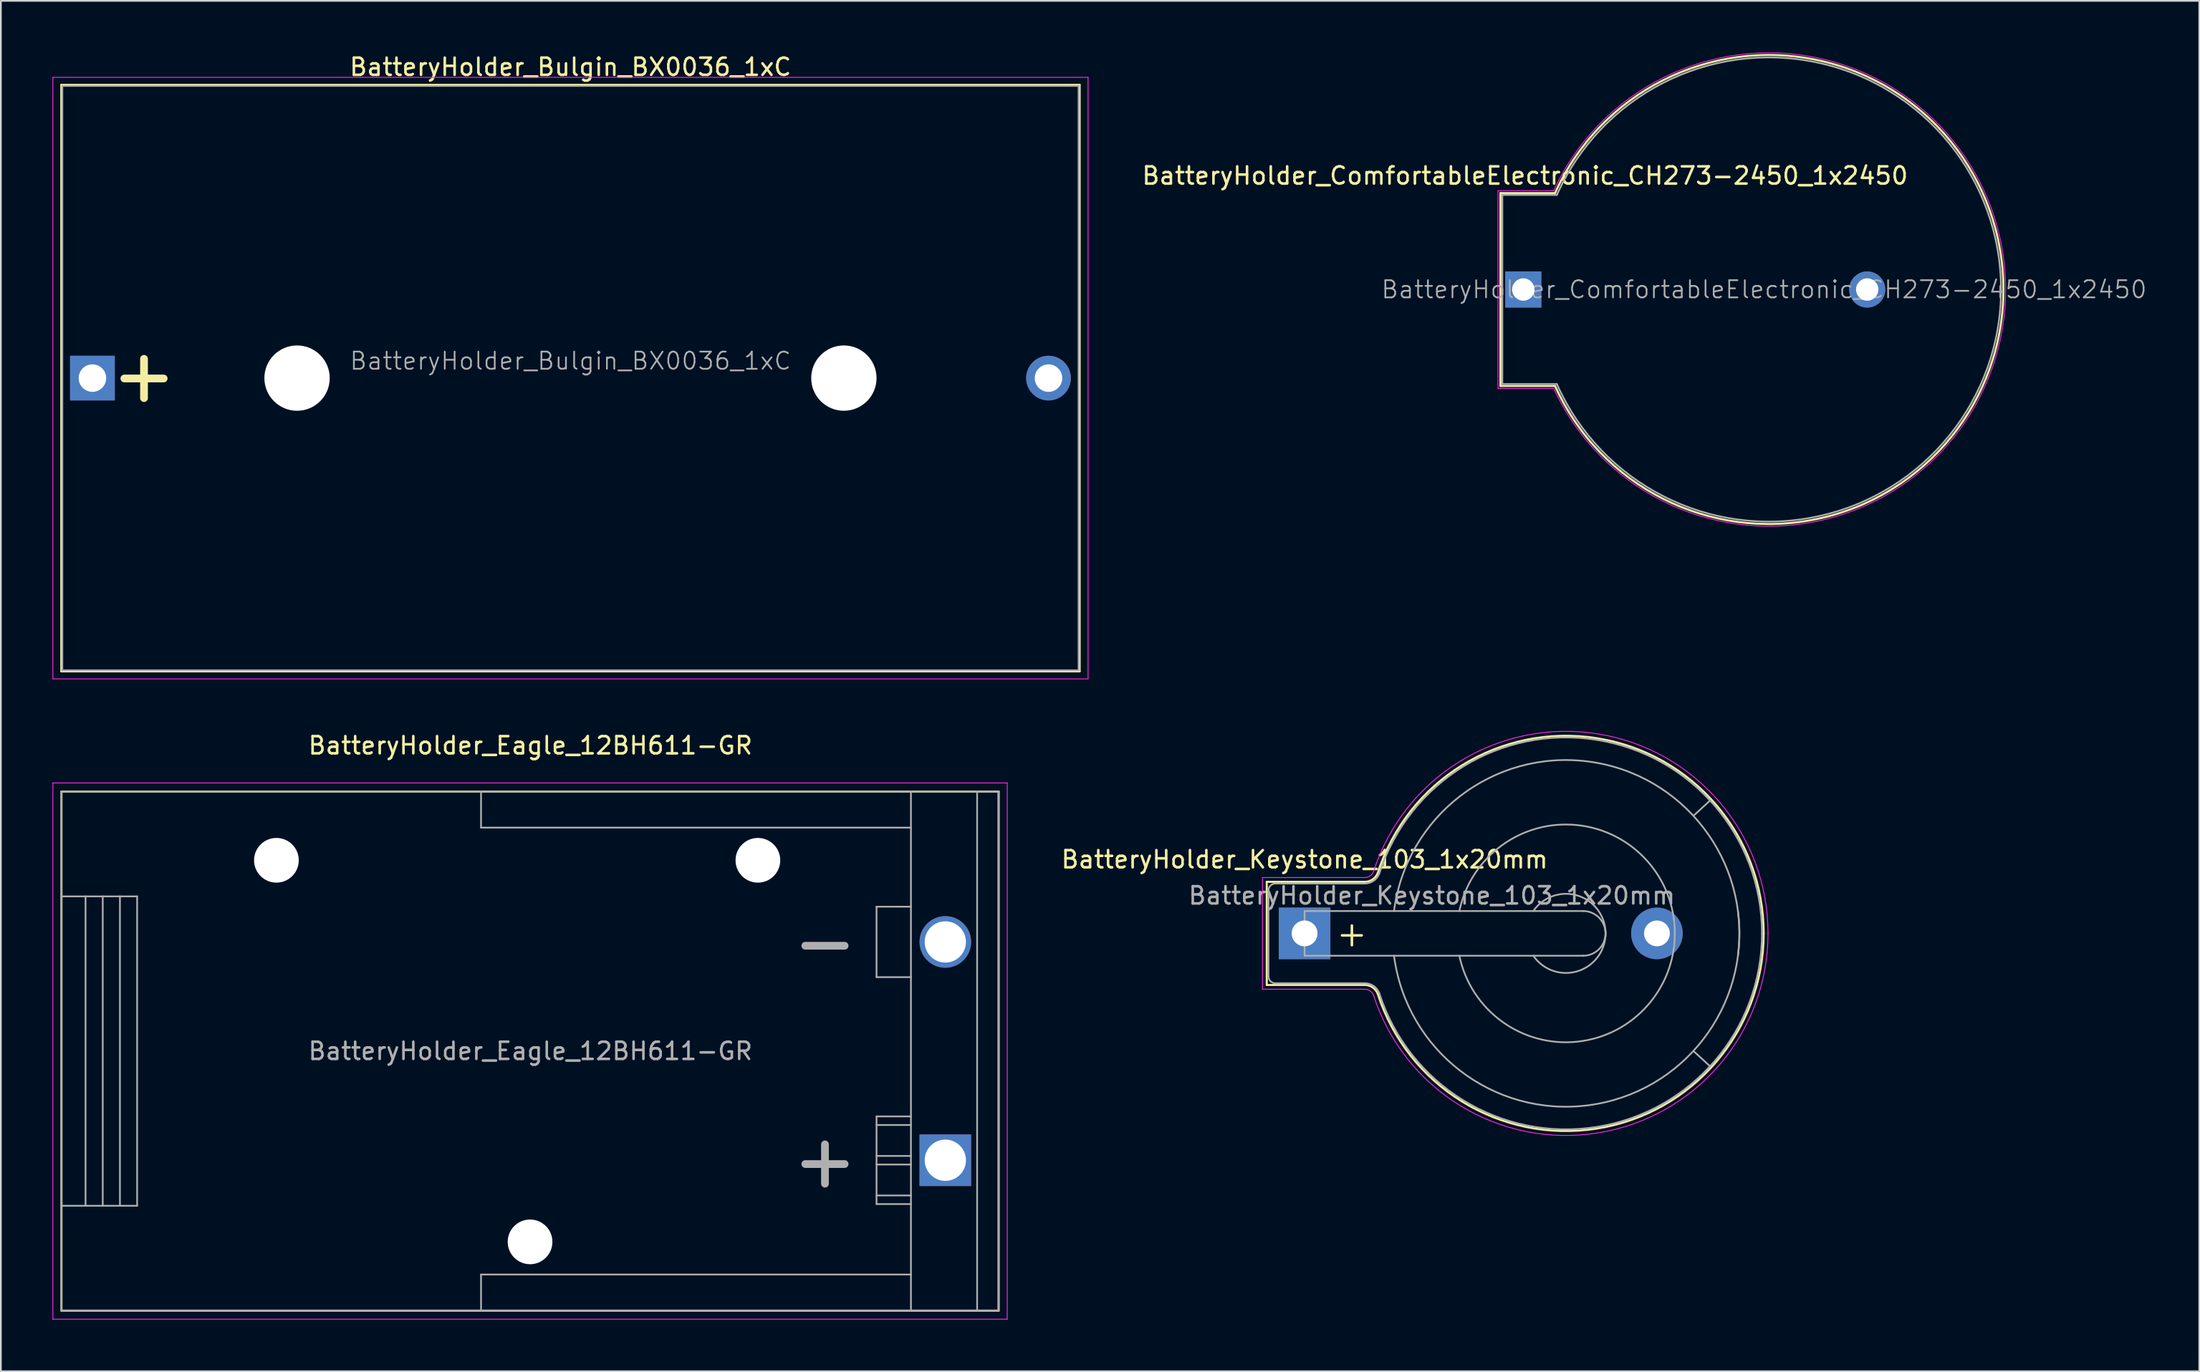
<source format=kicad_pcb>
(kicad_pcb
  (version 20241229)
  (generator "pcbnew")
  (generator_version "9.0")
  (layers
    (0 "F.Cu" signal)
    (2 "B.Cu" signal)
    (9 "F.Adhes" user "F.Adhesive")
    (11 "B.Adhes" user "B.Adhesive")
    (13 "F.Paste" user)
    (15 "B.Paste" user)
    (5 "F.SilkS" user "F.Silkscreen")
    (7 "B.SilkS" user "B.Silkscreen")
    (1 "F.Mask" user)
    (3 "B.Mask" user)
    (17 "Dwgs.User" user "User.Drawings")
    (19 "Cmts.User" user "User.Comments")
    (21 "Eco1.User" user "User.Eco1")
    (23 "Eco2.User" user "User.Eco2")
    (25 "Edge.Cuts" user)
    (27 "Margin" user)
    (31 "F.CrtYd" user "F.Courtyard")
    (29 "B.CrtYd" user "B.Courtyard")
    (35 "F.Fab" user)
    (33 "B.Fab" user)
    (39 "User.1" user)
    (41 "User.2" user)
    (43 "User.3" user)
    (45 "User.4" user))
  (footprint "BatteryHolder_ComfortableElectronic_CH273-2450_1x2450"
    (layer "F.Cu")
    (at 85.537 13.793)
    (property "Reference" "BatteryHolder_ComfortableElectronic_CH273-2450_1x2450" (at 0.1 -6.62 0) (layer "F.SilkS") (effects (font (size 1 1) (thickness 0.15))))
    (attr through_hole)
    (fp_line (start -1.33 -5.61) (end 1.845 -5.61) (stroke (width 0.12) (type solid)) (layer "F.SilkS"))
    (fp_line (start -1.33 5.61) (end -1.33 -5.61) (stroke (width 0.12) (type solid)) (layer "F.SilkS"))
    (fp_line (start 1.845 5.61) (end -1.33 5.61) (stroke (width 0.12) (type solid)) (layer "F.SilkS"))
    (fp_arc (start 1.845 -5.61) (mid 27.921896 0) (end 1.845 5.61) (stroke (width 0.12) (type solid)) (layer "F.SilkS"))
    (fp_line (start -1.47 -5.75) (end 1.77 -5.75) (stroke (width 0.05) (type solid)) (layer "F.CrtYd"))
    (fp_line (start -1.47 5.75) (end -1.47 -5.75) (stroke (width 0.05) (type solid)) (layer "F.CrtYd"))
    (fp_line (start 1.77 5.75) (end -1.47 5.75) (stroke (width 0.05) (type solid)) (layer "F.CrtYd"))
    (fp_arc (start 1.77 -5.75) (mid 28.048173 0) (end 1.77 5.75) (stroke (width 0.05) (type solid)) (layer "F.CrtYd"))
    (fp_line (start -1.22 -5.5) (end 1.95 -5.5) (stroke (width 0.1) (type solid)) (layer "F.Fab"))
    (fp_line (start -1.22 5.5) (end -1.22 -5.5) (stroke (width 0.1) (type solid)) (layer "F.Fab"))
    (fp_line (start 1.95 5.5) (end -1.22 5.5) (stroke (width 0.1) (type solid)) (layer "F.Fab"))
    (fp_arc (start 1.95 -5.5) (mid 27.78107 0) (end 1.95 5.5) (stroke (width 0.1) (type solid)) (layer "F.Fab"))
    (fp_text user "${REFERENCE}" (at 14 0 0) (layer "F.Fab") (effects (font (size 1 1) (thickness 0.1))))
    (pad "1" thru_hole rect (at 0 0 270) (size 2.1 2.1) (drill 1.3) (layers "*.Cu" "*.Mask"))
    (pad "2" thru_hole circle (at 20 0 270) (size 2.1 2.1) (drill 1.3) (layers "*.Cu" "*.Mask")))
  (footprint "BatteryHolder_Keystone_103_1x20mm"
    (layer "F.Cu")
    (at 72.818 51.254)
    (property "Reference" "BatteryHolder_Keystone_103_1x20mm" (at 0 -4.3 0) (layer "F.SilkS") (effects (font (size 1 1) (thickness 0.15))))
    (attr through_hole)
    (fp_line (start -2.2 -3) (end 3.5 -3) (stroke (width 0.12) (type solid)) (layer "F.SilkS"))
    (fp_line (start -2.2 3) (end -2.2 -3) (stroke (width 0.12) (type solid)) (layer "F.SilkS"))
    (fp_line (start -2.2 3) (end 3.5 3) (stroke (width 0.12) (type solid)) (layer "F.SilkS"))
    (fp_arc (start 3.5 3) (mid 3.950694 3.136459) (end 4.25 3.5) (stroke (width 0.12) (type solid)) (layer "F.SilkS"))
    (fp_arc (start 4.25 -3.5) (mid 3.950694 -3.136459) (end 3.5 -3) (stroke (width 0.12) (type solid)) (layer "F.SilkS"))
    (fp_arc (start 4.25 -3.5) (mid 16.971103 -11.358466) (end 26.695671 0) (stroke (width 0.12) (type solid)) (layer "F.SilkS"))
    (fp_arc (start 26.695671 0) (mid 16.971103 11.358466) (end 4.25 3.5) (stroke (width 0.12) (type solid)) (layer "F.SilkS"))
    (fp_line (start -2.45 -3.25) (end 3.5 -3.25) (stroke (width 0.05) (type solid)) (layer "F.CrtYd"))
    (fp_line (start -2.45 3.25) (end -2.45 -3.25) (stroke (width 0.05) (type solid)) (layer "F.CrtYd"))
    (fp_line (start -2.45 3.25) (end 3.5 3.25) (stroke (width 0.05) (type solid)) (layer "F.CrtYd"))
    (fp_arc (start 3.5 3.25) (mid 3.809273 3.345916) (end 4.01 3.6) (stroke (width 0.05) (type solid)) (layer "F.CrtYd"))
    (fp_arc (start 4.01 -3.6) (mid 3.809273 -3.345916) (end 3.5 -3.25) (stroke (width 0.05) (type solid)) (layer "F.CrtYd"))
    (fp_arc (start 4.01 -3.6) (mid 17.020063 -11.613627) (end 26.95 0) (stroke (width 0.05) (type solid)) (layer "F.CrtYd"))
    (fp_arc (start 26.95 0) (mid 17.020063 11.613629) (end 4.01 3.6) (stroke (width 0.05) (type solid)) (layer "F.CrtYd"))
    (fp_line (start -2.1 -2.5) (end -2.1 2.5) (stroke (width 0.1) (type solid)) (layer "F.Fab"))
    (fp_line (start -1.7 2.9) (end 3.5 2.9) (stroke (width 0.1) (type solid)) (layer "F.Fab"))
    (fp_line (start 0 -1.3) (end 0 1.3) (stroke (width 0.1) (type solid)) (layer "F.Fab"))
    (fp_line (start 0 1.3) (end 16.2 1.3) (stroke (width 0.1) (type solid)) (layer "F.Fab"))
    (fp_line (start 3.5 -2.9) (end -1.7 -2.9) (stroke (width 0.1) (type solid)) (layer "F.Fab"))
    (fp_line (start 16.2 -1.3) (end 0 -1.3) (stroke (width 0.1) (type solid)) (layer "F.Fab"))
    (fp_line (start 23.571 -7.722) (end 22.631 -6.858) (stroke (width 0.1) (type solid)) (layer "F.Fab"))
    (fp_line (start 23.571 7.722) (end 22.657 6.883) (stroke (width 0.1) (type solid)) (layer "F.Fab"))
    (fp_arc (start -2.1 -2.5) (mid -1.982843 -2.782843) (end -1.7 -2.9) (stroke (width 0.1) (type solid)) (layer "F.Fab"))
    (fp_arc (start -1.7 2.9) (mid -1.982843 2.782843) (end -2.1 2.5) (stroke (width 0.1) (type solid)) (layer "F.Fab"))
    (fp_arc (start 3.5 2.9) (mid 4.020217 3.065109) (end 4.35 3.5) (stroke (width 0.1) (type solid)) (layer "F.Fab"))
    (fp_arc (start 4.35 -3.5) (mid 4.020217 -3.06511) (end 3.5 -2.9) (stroke (width 0.1) (type solid)) (layer "F.Fab"))
    (fp_arc (start 4.35 -3.5) (mid 16.971395 -11.261979) (end 26.600299 0) (stroke (width 0.1) (type solid)) (layer "F.Fab"))
    (fp_arc (start 5.2 -1.3) (mid 16.5 -10) (end 25.2 1.3) (stroke (width 0.1) (type solid)) (layer "F.Fab"))
    (fp_arc (start 9 -1.3) (mid 15.851289 -6.300938) (end 21.53 0) (stroke (width 0.1) (type solid)) (layer "F.Fab"))
    (fp_arc (start 13.3 -1.3) (mid 15.963947 -2.171724) (end 17.495448 0.175833) (stroke (width 0.1) (type solid)) (layer "F.Fab"))
    (fp_arc (start 16.2 -1.3) (mid 17.5 0) (end 16.2 1.3) (stroke (width 0.1) (type solid)) (layer "F.Fab"))
    (fp_arc (start 17.495448 -0.175833) (mid 15.963947 2.171724) (end 13.3 1.3) (stroke (width 0.1) (type solid)) (layer "F.Fab"))
    (fp_arc (start 21.53 0) (mid 15.851292 6.300937) (end 9 1.3) (stroke (width 0.1) (type solid)) (layer "F.Fab"))
    (fp_arc (start 25.2 -1.3) (mid 16.5 10) (end 5.2 1.3) (stroke (width 0.1) (type solid)) (layer "F.Fab"))
    (fp_arc (start 26.600299 0) (mid 16.971396 11.261979) (end 4.35 3.5) (stroke (width 0.1) (type solid)) (layer "F.Fab"))
    (fp_text user "+" (at 2.75 0 0) (layer "F.SilkS") (effects (font (size 1.5 1.5) (thickness 0.15))))
    (fp_text user "${REFERENCE}" (at 7.4 -2.2 0) (layer "F.Fab") (effects (font (size 1 1) (thickness 0.15))))
    (pad "1" thru_hole rect (at 0 0) (size 3 3) (drill 1.5) (layers "*.Cu" "*.Mask"))
    (pad "2" thru_hole circle (at 20.49 0) (size 3 3) (drill 1.5) (layers "*.Cu" "*.Mask")))
  (footprint "BatteryHolder_Bulgin_BX0036_1xC"
    (layer "F.Cu")
    (at 2.325 18.948)
    (property "Reference" "BatteryHolder_Bulgin_BX0036_1xC" (at 27.8 -18.1 0) (layer "F.SilkS") (effects (font (size 1 1) (thickness 0.15))))
    (attr through_hole)
    (fp_line (start -1.81 -17.06) (end -1.81 17.06) (stroke (width 0.12) (type solid)) (layer "F.SilkS"))
    (fp_line (start -1.81 -17.06) (end 57.41 -17.06) (stroke (width 0.12) (type solid)) (layer "F.SilkS"))
    (fp_line (start -1.81 17.06) (end 57.41 17.06) (stroke (width 0.12) (type solid)) (layer "F.SilkS"))
    (fp_line (start 57.41 -17.06) (end 57.41 17.06) (stroke (width 0.12) (type solid)) (layer "F.SilkS"))
    (fp_line (start -2.3 -17.5) (end 57.9 -17.5) (stroke (width 0.05) (type solid)) (layer "F.CrtYd"))
    (fp_line (start -2.3 17.5) (end -2.3 -17.5) (stroke (width 0.05) (type solid)) (layer "F.CrtYd"))
    (fp_line (start 57.9 -17.5) (end 57.9 17.5) (stroke (width 0.05) (type solid)) (layer "F.CrtYd"))
    (fp_line (start 57.9 17.5) (end -2.3 17.5) (stroke (width 0.05) (type solid)) (layer "F.CrtYd"))
    (fp_line (start -1.75 -17) (end 57.35 -17) (stroke (width 0.1) (type solid)) (layer "F.Fab"))
    (fp_line (start -1.75 17) (end -1.75 -17) (stroke (width 0.1) (type solid)) (layer "F.Fab"))
    (fp_line (start 57.35 -17) (end 57.35 17) (stroke (width 0.1) (type solid)) (layer "F.Fab"))
    (fp_line (start 57.35 17) (end -1.75 17) (stroke (width 0.1) (type solid)) (layer "F.Fab"))
    (fp_text user "+" (at 3 -0.2 0) (layer "F.SilkS") (effects (font (size 3 3) (thickness 0.45))))
    (fp_text user "${REFERENCE}" (at 27.8 -1 0) (layer "F.Fab") (effects (font (size 1 1) (thickness 0.1))))
    (pad "" np_thru_hole circle (at 11.9 0) (size 3.8 3.8) (drill 3.8) (layers "*.Cu" "*.Mask"))
    (pad "" np_thru_hole circle (at 43.7 0) (size 3.8 3.8) (drill 3.8) (layers "*.Cu" "*.Mask"))
    (pad "1" thru_hole rect (at 0 0) (size 2.6 2.6) (drill 1.6) (layers "*.Cu" "*.Mask"))
    (pad "2" thru_hole circle (at 55.6 0) (size 2.6 2.6) (drill 1.6) (layers "*.Cu" "*.Mask")))
  (footprint "BatteryHolder_Eagle_12BH611-GR"
    (layer "F.Cu")
    (at 51.925 64.451)
    (property "Reference" "BatteryHolder_Eagle_12BH611-GR" (at -24.13 -24.13 0) (layer "F.SilkS") (effects (font (size 1 1) (thickness 0.15))))
    (attr through_hole)
    (fp_line (start -51.4 -21.45) (end 3.1 -21.45) (stroke (width 0.12) (type solid)) (layer "F.SilkS"))
    (fp_line (start -51.4 8.75) (end -51.4 -21.45) (stroke (width 0.12) (type solid)) (layer "F.SilkS"))
    (fp_line (start 3.1 -21.45) (end 3.1 8.75) (stroke (width 0.12) (type solid)) (layer "F.SilkS"))
    (fp_line (start 3.1 8.75) (end -51.4 8.75) (stroke (width 0.12) (type solid)) (layer "F.SilkS"))
    (fp_line (start -51.9 -21.95) (end 3.6 -21.95) (stroke (width 0.05) (type solid)) (layer "F.CrtYd"))
    (fp_line (start -51.9 9.25) (end -51.9 -21.95) (stroke (width 0.05) (type solid)) (layer "F.CrtYd"))
    (fp_line (start 3.6 -21.95) (end 3.6 9.25) (stroke (width 0.05) (type solid)) (layer "F.CrtYd"))
    (fp_line (start 3.6 9.25) (end -51.9 9.25) (stroke (width 0.05) (type solid)) (layer "F.CrtYd"))
    (fp_line (start -51.4 -21.45) (end 3.1 -21.45) (stroke (width 0.1) (type solid)) (layer "F.Fab"))
    (fp_line (start -51.4 -15.35) (end -47 -15.35) (stroke (width 0.1) (type solid)) (layer "F.Fab"))
    (fp_line (start -51.4 2.65) (end -47 2.65) (stroke (width 0.1) (type solid)) (layer "F.Fab"))
    (fp_line (start -51.4 8.75) (end -51.4 -21.45) (stroke (width 0.1) (type solid)) (layer "F.Fab"))
    (fp_line (start -50 2.65) (end -50 -15.35) (stroke (width 0.1) (type solid)) (layer "F.Fab"))
    (fp_line (start -49 2.65) (end -49 -15.35) (stroke (width 0.1) (type solid)) (layer "F.Fab"))
    (fp_line (start -48 2.65) (end -48 -15.35) (stroke (width 0.1) (type solid)) (layer "F.Fab"))
    (fp_line (start -47 2.65) (end -47 -15.35) (stroke (width 0.1) (type solid)) (layer "F.Fab"))
    (fp_line (start -27 -19.35) (end -27 -21.45) (stroke (width 0.1) (type solid)) (layer "F.Fab"))
    (fp_line (start -27 6.65) (end -27 8.75) (stroke (width 0.1) (type solid)) (layer "F.Fab"))
    (fp_line (start -4 -14.75) (end -4 -10.65) (stroke (width 0.1) (type solid)) (layer "F.Fab"))
    (fp_line (start -4 -10.65) (end -2 -10.65) (stroke (width 0.1) (type solid)) (layer "F.Fab"))
    (fp_line (start -4 -2.55) (end -4 2.55) (stroke (width 0.1) (type solid)) (layer "F.Fab"))
    (fp_line (start -4 -2.05) (end -2 -2.05) (stroke (width 0.1) (type solid)) (layer "F.Fab"))
    (fp_line (start -4 0.25) (end -2 0.25) (stroke (width 0.1) (type solid)) (layer "F.Fab"))
    (fp_line (start -4 2.55) (end -2 2.55) (stroke (width 0.1) (type solid)) (layer "F.Fab"))
    (fp_line (start -2 -21.45) (end -2 8.75) (stroke (width 0.1) (type solid)) (layer "F.Fab"))
    (fp_line (start -2 -19.35) (end -27 -19.35) (stroke (width 0.1) (type solid)) (layer "F.Fab"))
    (fp_line (start -2 -14.75) (end -4 -14.75) (stroke (width 0.1) (type solid)) (layer "F.Fab"))
    (fp_line (start -2 -2.55) (end -4 -2.55) (stroke (width 0.1) (type solid)) (layer "F.Fab"))
    (fp_line (start -2 -0.25) (end -4 -0.25) (stroke (width 0.1) (type solid)) (layer "F.Fab"))
    (fp_line (start -2 2.05) (end -4 2.05) (stroke (width 0.1) (type solid)) (layer "F.Fab"))
    (fp_line (start -2 6.65) (end -27 6.65) (stroke (width 0.1) (type solid)) (layer "F.Fab"))
    (fp_line (start 1.85 8.75) (end 1.85 -21.45) (stroke (width 0.1) (type solid)) (layer "F.Fab"))
    (fp_line (start 3.1 -21.45) (end 3.1 8.75) (stroke (width 0.1) (type solid)) (layer "F.Fab"))
    (fp_line (start 3.1 8.75) (end -51.4 8.75) (stroke (width 0.1) (type solid)) (layer "F.Fab"))
    (fp_text user "-" (at -7 -12.7 0) (layer "F.Fab") (effects (font (size 3 3) (thickness 0.45))))
    (fp_text user "+" (at -7 0 0) (layer "F.Fab") (effects (font (size 3 3) (thickness 0.45))))
    (fp_text user "${REFERENCE}" (at -24.13 -6.35 180) (layer "F.Fab") (effects (font (size 1 1) (thickness 0.15))))
    (pad "" np_thru_hole circle (at -38.9 -17.45) (size 2.6 2.6) (drill 2.6) (layers "*.Cu" "*.Mask"))
    (pad "" np_thru_hole circle (at -24.15 4.75) (size 2.6 2.6) (drill 2.6) (layers "*.Cu" "*.Mask"))
    (pad "" np_thru_hole circle (at -10.9 -17.45) (size 2.6 2.6) (drill 2.6) (layers "*.Cu" "*.Mask"))
    (pad "1" thru_hole rect (at 0 0) (size 3 3) (drill 2.4) (layers "*.Cu" "*.Mask"))
    (pad "2" thru_hole circle (at 0 -12.7) (size 3 3) (drill 2.4) (layers "*.Cu" "*.Mask")))
  (gr_rect
    (start -3 -3)
    (end 124.849 76.727)
    (stroke (width 0.1) (type default))
    (fill no)
    (layer "Edge.Cuts")))
</source>
